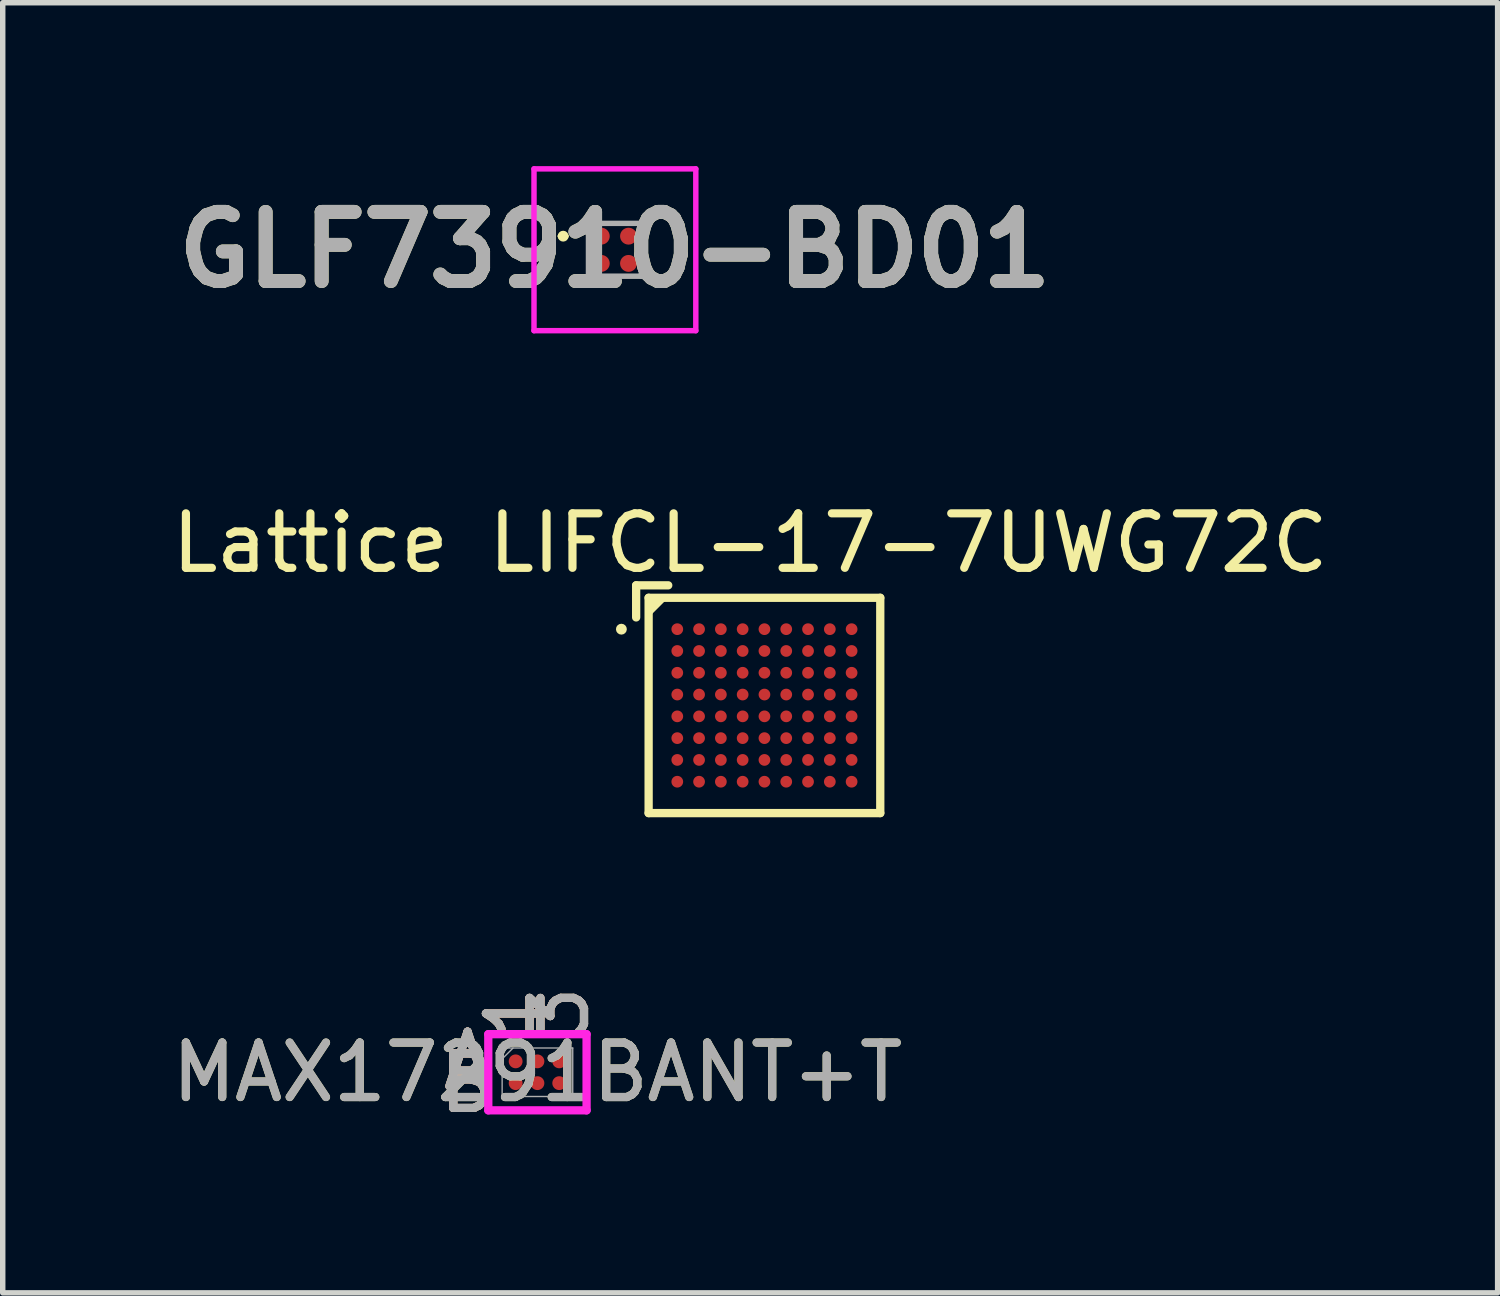
<source format=kicad_pcb>
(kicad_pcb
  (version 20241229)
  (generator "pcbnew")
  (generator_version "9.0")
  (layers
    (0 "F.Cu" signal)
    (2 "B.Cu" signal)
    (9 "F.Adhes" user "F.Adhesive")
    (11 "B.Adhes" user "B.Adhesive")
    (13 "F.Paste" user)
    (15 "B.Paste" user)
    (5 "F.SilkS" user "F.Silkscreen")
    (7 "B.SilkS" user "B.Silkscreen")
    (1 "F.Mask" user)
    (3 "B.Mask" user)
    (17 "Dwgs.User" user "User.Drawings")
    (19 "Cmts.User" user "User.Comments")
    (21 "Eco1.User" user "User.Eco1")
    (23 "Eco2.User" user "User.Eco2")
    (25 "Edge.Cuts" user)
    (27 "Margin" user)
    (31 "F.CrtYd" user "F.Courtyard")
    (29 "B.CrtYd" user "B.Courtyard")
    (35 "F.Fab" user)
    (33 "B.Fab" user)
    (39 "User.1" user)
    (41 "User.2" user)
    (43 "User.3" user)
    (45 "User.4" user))
  (footprint "MAX17291BANT+T"
    (layer "F.Cu")
    (at 6.815 16.632)
    (property "Reference" "MAX17291BANT+T" (at 0 0 0) (unlocked yes) (layer "F.SilkS") (effects (font (size 1 1) (thickness 0.15))))
    (attr smd)
    (fp_poly (pts (xy -1.044 -0.845) (xy 1.044 -0.845) (xy 1.044 0.845) (xy -1.044 0.845)) (stroke (width 0.1) (type solid)) (fill no) (layer "Eco2.User"))
    (fp_line (start -0.902 -0.699) (end 0.902 -0.699) (stroke (width 0.152) (type solid)) (layer "F.CrtYd"))
    (fp_line (start -0.902 0.699) (end -0.902 -0.699) (stroke (width 0.152) (type solid)) (layer "F.CrtYd"))
    (fp_line (start 0.902 -0.699) (end 0.902 0.699) (stroke (width 0.152) (type solid)) (layer "F.CrtYd"))
    (fp_line (start 0.902 0.699) (end -0.902 0.699) (stroke (width 0.152) (type solid)) (layer "F.CrtYd"))
    (fp_line (start -0.648 -0.445) (end -0.648 0.445) (stroke (width 0.025) (type solid)) (layer "F.Fab"))
    (fp_line (start -0.648 0.445) (end 0.648 0.445) (stroke (width 0.025) (type solid)) (layer "F.Fab"))
    (fp_line (start -0.448 -0.445) (end -0.648 -0.244) (stroke (width 0.025) (type solid)) (layer "F.Fab"))
    (fp_line (start 0.648 -0.445) (end -0.648 -0.445) (stroke (width 0.025) (type solid)) (layer "F.Fab"))
    (fp_line (start 0.648 0.445) (end 0.648 -0.445) (stroke (width 0.025) (type solid)) (layer "F.Fab"))
    (fp_text user "1" (at -0.4 -1.079 90) (unlocked yes) (layer "F.SilkS") (effects (font (size 1 1) (thickness 0.15))))
    (fp_text user "B" (at -1.283 0.2 0) (unlocked yes) (layer "F.SilkS") (effects (font (size 1 1) (thickness 0.15))))
    (fp_text user "A" (at -1.283 -0.2 0) (unlocked yes) (layer "F.SilkS") (effects (font (size 1 1) (thickness 0.15))))
    (fp_text user "3" (at 0.4 -1.079 90) (unlocked yes) (layer "F.SilkS") (effects (font (size 1 1) (thickness 0.15))))
    (fp_text user "B" (at -1.283 0.2 0) (unlocked yes) (layer "B.SilkS") (effects (font (size 1 1) (thickness 0.15))))
    (fp_text user "1" (at -0.4 -1.079 90) (unlocked yes) (layer "B.SilkS") (effects (font (size 1 1) (thickness 0.15))))
    (fp_text user "3" (at 0.4 -1.079 90) (unlocked yes) (layer "B.SilkS") (effects (font (size 1 1) (thickness 0.15))))
    (fp_text user "A" (at -1.283 -0.2 0) (unlocked yes) (layer "B.SilkS") (effects (font (size 1 1) (thickness 0.15))))
    (fp_text user "3" (at 0.4 -1.079 90) (unlocked yes) (layer "F.Fab") (effects (font (size 1 1) (thickness 0.15))))
    (fp_text user "B" (at -1.283 0.2 0) (unlocked yes) (layer "F.Fab") (effects (font (size 1 1) (thickness 0.15))))
    (fp_text user "A" (at -1.283 -0.2 0) (unlocked yes) (layer "F.Fab") (effects (font (size 1 1) (thickness 0.15))))
    (fp_text user "1" (at -0.4 -1.079 90) (unlocked yes) (layer "F.Fab") (effects (font (size 1 1) (thickness 0.15))))
    (fp_text user "${REFERENCE}" (at 0 0 0) (unlocked yes) (layer "F.Fab") (effects (font (size 1 1) (thickness 0.15))))
    (pad "A1" smd circle (at -0.4 -0.2) (size 0.254 0.254) (layers "F.Cu" "F.Mask" "F.Paste"))
    (pad "A2" smd circle (at 0 -0.2) (size 0.254 0.254) (layers "F.Cu" "F.Mask" "F.Paste"))
    (pad "A3" smd circle (at 0.4 -0.2) (size 0.254 0.254) (layers "F.Cu" "F.Mask" "F.Paste"))
    (pad "B1" smd circle (at -0.4 0.2) (size 0.254 0.254) (layers "F.Cu" "F.Mask" "F.Paste"))
    (pad "B2" smd circle (at 0 0.2) (size 0.254 0.254) (layers "F.Cu" "F.Mask" "F.Paste"))
    (pad "B3" smd circle (at 0.4 0.2) (size 0.254 0.254) (layers "F.Cu" "F.Mask" "F.Paste")))
  (footprint "GLF73910-BD01"
    (layer "F.Cu")
    (at 8.237 1.535)
    (property "Reference" "GLF73910-BD01" (at 0 0 0) (layer "F.SilkS") (effects (font (size 1.27 1.27) (thickness 0.254))))
    (attr smd)
    (fp_line (start -1 -0.25) (end -1 -0.25) (stroke (width 0.1) (type solid)) (layer "F.SilkS"))
    (fp_line (start -0.9 -0.25) (end -0.9 -0.25) (stroke (width 0.1) (type solid)) (layer "F.SilkS"))
    (fp_arc (start -1 -0.25) (mid -0.95 -0.3) (end -0.9 -0.25) (stroke (width 0.1) (type solid)) (layer "F.SilkS"))
    (fp_arc (start -0.9 -0.25) (mid -0.95 -0.2) (end -1 -0.25) (stroke (width 0.1) (type solid)) (layer "F.SilkS"))
    (fp_line (start -1.485 -1.485) (end 1.485 -1.485) (stroke (width 0.1) (type solid)) (layer "F.CrtYd"))
    (fp_line (start -1.485 1.485) (end -1.485 -1.485) (stroke (width 0.1) (type solid)) (layer "F.CrtYd"))
    (fp_line (start 1.485 -1.485) (end 1.485 1.485) (stroke (width 0.1) (type solid)) (layer "F.CrtYd"))
    (fp_line (start 1.485 1.485) (end -1.485 1.485) (stroke (width 0.1) (type solid)) (layer "F.CrtYd"))
    (fp_line (start -0.485 -0.485) (end 0.485 -0.485) (stroke (width 0.1) (type solid)) (layer "F.Fab"))
    (fp_line (start -0.485 0.485) (end -0.485 -0.485) (stroke (width 0.1) (type solid)) (layer "F.Fab"))
    (fp_line (start 0.485 -0.485) (end 0.485 0.485) (stroke (width 0.1) (type solid)) (layer "F.Fab"))
    (fp_line (start 0.485 0.485) (end -0.485 0.485) (stroke (width 0.1) (type solid)) (layer "F.Fab"))
    (fp_text user "${REFERENCE}" (at 0 0 0) (layer "F.Fab") (effects (font (size 1.27 1.27) (thickness 0.254))))
    (pad "A1" smd circle (at -0.25 -0.25 90) (size 0.31 0.31) (layers "F.Cu" "F.Mask" "F.Paste"))
    (pad "A2" smd circle (at 0.25 -0.25 90) (size 0.31 0.31) (layers "F.Cu" "F.Mask" "F.Paste"))
    (pad "B1" smd circle (at -0.25 0.25 90) (size 0.31 0.31) (layers "F.Cu" "F.Mask" "F.Paste"))
    (pad "B2" smd circle (at 0.25 0.25 90) (size 0.31 0.31) (layers "F.Cu" "F.Mask" "F.Paste")))
  (footprint "Lattice LIFCL-17-7UWG72C"
    (layer "F.Cu")
    (at 10.982 9.899)
    (property "Reference" "Lattice LIFCL-17-7UWG72C" (at -0.262 -2.981 0) (unlocked yes) (layer "F.SilkS") (effects (font (size 1 1) (thickness 0.15))))
    (fp_line (start -2.355 -2.205) (end -1.766 -2.205) (stroke (width 0.152) (type default)) (layer "F.SilkS"))
    (fp_line (start -2.355 -1.616) (end -2.355 -2.205) (stroke (width 0.152) (type default)) (layer "F.SilkS"))
    (fp_line (start -2.126 -1.976) (end 2.126 -1.976) (stroke (width 0.152) (type default)) (layer "F.SilkS"))
    (fp_line (start -2.126 1.976) (end -2.126 -1.976) (stroke (width 0.152) (type default)) (layer "F.SilkS"))
    (fp_line (start 2.126 -1.976) (end 2.126 1.976) (stroke (width 0.152) (type default)) (layer "F.SilkS"))
    (fp_line (start 2.126 1.976) (end -2.126 1.976) (stroke (width 0.152) (type default)) (layer "F.SilkS"))
    (fp_circle (center -2.626 -1.4) (end -2.576 -1.4) (stroke (width 0.1) (type default)) (fill no) (layer "F.SilkS"))
    (fp_poly (pts (xy -2.126 -1.976) (xy -1.766 -1.976) (xy -2.126 -1.616)) (stroke (width 0) (type default)) (fill yes) (layer "F.SilkS"))
    (pad "A1" smd circle (at -1.6 -1.4) (size 0.215 0.215) (layers "F.Cu" "F.Mask" "F.Paste"))
    (pad "A2" smd circle (at -1.2 -1.4) (size 0.215 0.215) (layers "F.Cu" "F.Mask" "F.Paste"))
    (pad "A3" smd circle (at -0.8 -1.4) (size 0.215 0.215) (layers "F.Cu" "F.Mask" "F.Paste"))
    (pad "A4" smd circle (at -0.4 -1.4) (size 0.215 0.215) (layers "F.Cu" "F.Mask" "F.Paste"))
    (pad "A5" smd circle (at 0 -1.4) (size 0.215 0.215) (layers "F.Cu" "F.Mask" "F.Paste"))
    (pad "A6" smd circle (at 0.4 -1.4) (size 0.215 0.215) (layers "F.Cu" "F.Mask" "F.Paste"))
    (pad "A7" smd circle (at 0.8 -1.4) (size 0.215 0.215) (layers "F.Cu" "F.Mask" "F.Paste"))
    (pad "A8" smd circle (at 1.2 -1.4) (size 0.215 0.215) (layers "F.Cu" "F.Mask" "F.Paste"))
    (pad "A9" smd circle (at 1.6 -1.4) (size 0.215 0.215) (layers "F.Cu" "F.Mask" "F.Paste"))
    (pad "B1" smd circle (at -1.6 -1) (size 0.215 0.215) (layers "F.Cu" "F.Mask" "F.Paste"))
    (pad "B2" smd circle (at -1.2 -1) (size 0.215 0.215) (layers "F.Cu" "F.Mask" "F.Paste"))
    (pad "B3" smd circle (at -0.8 -1) (size 0.215 0.215) (layers "F.Cu" "F.Mask" "F.Paste"))
    (pad "B4" smd circle (at -0.4 -1) (size 0.215 0.215) (layers "F.Cu" "F.Mask" "F.Paste"))
    (pad "B5" smd circle (at 0 -1) (size 0.215 0.215) (layers "F.Cu" "F.Mask" "F.Paste"))
    (pad "B6" smd circle (at 0.4 -1) (size 0.215 0.215) (layers "F.Cu" "F.Mask" "F.Paste"))
    (pad "B7" smd circle (at 0.8 -1) (size 0.215 0.215) (layers "F.Cu" "F.Mask" "F.Paste"))
    (pad "B8" smd circle (at 1.2 -1) (size 0.215 0.215) (layers "F.Cu" "F.Mask" "F.Paste"))
    (pad "B9" smd circle (at 1.6 -1) (size 0.215 0.215) (layers "F.Cu" "F.Mask" "F.Paste"))
    (pad "C1" smd circle (at -1.6 -0.6) (size 0.215 0.215) (layers "F.Cu" "F.Mask" "F.Paste"))
    (pad "C2" smd circle (at -1.2 -0.6) (size 0.215 0.215) (layers "F.Cu" "F.Mask" "F.Paste"))
    (pad "C3" smd circle (at -0.8 -0.6) (size 0.215 0.215) (layers "F.Cu" "F.Mask" "F.Paste"))
    (pad "C4" smd circle (at -0.4 -0.6) (size 0.215 0.215) (layers "F.Cu" "F.Mask" "F.Paste"))
    (pad "C5" smd circle (at 0 -0.6) (size 0.215 0.215) (layers "F.Cu" "F.Mask" "F.Paste"))
    (pad "C6" smd circle (at 0.4 -0.6) (size 0.215 0.215) (layers "F.Cu" "F.Mask" "F.Paste"))
    (pad "C7" smd circle (at 0.8 -0.6) (size 0.215 0.215) (layers "F.Cu" "F.Mask" "F.Paste"))
    (pad "C8" smd circle (at 1.2 -0.6) (size 0.215 0.215) (layers "F.Cu" "F.Mask" "F.Paste"))
    (pad "C9" smd circle (at 1.6 -0.6) (size 0.215 0.215) (layers "F.Cu" "F.Mask" "F.Paste"))
    (pad "D1" smd circle (at -1.6 -0.2) (size 0.215 0.215) (layers "F.Cu" "F.Mask" "F.Paste"))
    (pad "D2" smd circle (at -1.2 -0.2) (size 0.215 0.215) (layers "F.Cu" "F.Mask" "F.Paste"))
    (pad "D3" smd circle (at -0.8 -0.2) (size 0.215 0.215) (layers "F.Cu" "F.Mask" "F.Paste"))
    (pad "D4" smd circle (at -0.4 -0.2) (size 0.215 0.215) (layers "F.Cu" "F.Mask" "F.Paste"))
    (pad "D5" smd circle (at 0 -0.2) (size 0.215 0.215) (layers "F.Cu" "F.Mask" "F.Paste"))
    (pad "D6" smd circle (at 0.4 -0.2) (size 0.215 0.215) (layers "F.Cu" "F.Mask" "F.Paste"))
    (pad "D7" smd circle (at 0.8 -0.2) (size 0.215 0.215) (layers "F.Cu" "F.Mask" "F.Paste"))
    (pad "D8" smd circle (at 1.2 -0.2) (size 0.215 0.215) (layers "F.Cu" "F.Mask" "F.Paste"))
    (pad "D9" smd circle (at 1.6 -0.2) (size 0.215 0.215) (layers "F.Cu" "F.Mask" "F.Paste"))
    (pad "E1" smd circle (at -1.6 0.2) (size 0.215 0.215) (layers "F.Cu" "F.Mask" "F.Paste"))
    (pad "E2" smd circle (at -1.2 0.2) (size 0.215 0.215) (layers "F.Cu" "F.Mask" "F.Paste"))
    (pad "E3" smd circle (at -0.8 0.2) (size 0.215 0.215) (layers "F.Cu" "F.Mask" "F.Paste"))
    (pad "E4" smd circle (at -0.4 0.2) (size 0.215 0.215) (layers "F.Cu" "F.Mask" "F.Paste"))
    (pad "E5" smd circle (at 0 0.2) (size 0.215 0.215) (layers "F.Cu" "F.Mask" "F.Paste"))
    (pad "E6" smd circle (at 0.4 0.2) (size 0.215 0.215) (layers "F.Cu" "F.Mask" "F.Paste"))
    (pad "E7" smd circle (at 0.8 0.2) (size 0.215 0.215) (layers "F.Cu" "F.Mask" "F.Paste"))
    (pad "E8" smd circle (at 1.2 0.2) (size 0.215 0.215) (layers "F.Cu" "F.Mask" "F.Paste"))
    (pad "E9" smd circle (at 1.6 0.2) (size 0.215 0.215) (layers "F.Cu" "F.Mask" "F.Paste"))
    (pad "F1" smd circle (at -1.6 0.6) (size 0.215 0.215) (layers "F.Cu" "F.Mask" "F.Paste"))
    (pad "F2" smd circle (at -1.2 0.6) (size 0.215 0.215) (layers "F.Cu" "F.Mask" "F.Paste"))
    (pad "F3" smd circle (at -0.8 0.6) (size 0.215 0.215) (layers "F.Cu" "F.Mask" "F.Paste"))
    (pad "F4" smd circle (at -0.4 0.6) (size 0.215 0.215) (layers "F.Cu" "F.Mask" "F.Paste"))
    (pad "F5" smd circle (at 0 0.6) (size 0.215 0.215) (layers "F.Cu" "F.Mask" "F.Paste"))
    (pad "F6" smd circle (at 0.4 0.6) (size 0.215 0.215) (layers "F.Cu" "F.Mask" "F.Paste"))
    (pad "F7" smd circle (at 0.8 0.6) (size 0.215 0.215) (layers "F.Cu" "F.Mask" "F.Paste"))
    (pad "F8" smd circle (at 1.2 0.6) (size 0.215 0.215) (layers "F.Cu" "F.Mask" "F.Paste"))
    (pad "F9" smd circle (at 1.6 0.6) (size 0.215 0.215) (layers "F.Cu" "F.Mask" "F.Paste"))
    (pad "G1" smd circle (at -1.6 1) (size 0.215 0.215) (layers "F.Cu" "F.Mask" "F.Paste"))
    (pad "G2" smd circle (at -1.2 1) (size 0.215 0.215) (layers "F.Cu" "F.Mask" "F.Paste"))
    (pad "G3" smd circle (at -0.8 1) (size 0.215 0.215) (layers "F.Cu" "F.Mask" "F.Paste"))
    (pad "G4" smd circle (at -0.4 1) (size 0.215 0.215) (layers "F.Cu" "F.Mask" "F.Paste"))
    (pad "G5" smd circle (at 0 1) (size 0.215 0.215) (layers "F.Cu" "F.Mask" "F.Paste"))
    (pad "G6" smd circle (at 0.4 1) (size 0.215 0.215) (layers "F.Cu" "F.Mask" "F.Paste"))
    (pad "G7" smd circle (at 0.8 1) (size 0.215 0.215) (layers "F.Cu" "F.Mask" "F.Paste"))
    (pad "G8" smd circle (at 1.2 1) (size 0.215 0.215) (layers "F.Cu" "F.Mask" "F.Paste"))
    (pad "G9" smd circle (at 1.6 1) (size 0.215 0.215) (layers "F.Cu" "F.Mask" "F.Paste"))
    (pad "H1" smd circle (at -1.6 1.4) (size 0.215 0.215) (layers "F.Cu" "F.Mask" "F.Paste"))
    (pad "H2" smd circle (at -1.2 1.4) (size 0.215 0.215) (layers "F.Cu" "F.Mask" "F.Paste"))
    (pad "H3" smd circle (at -0.8 1.4) (size 0.215 0.215) (layers "F.Cu" "F.Mask" "F.Paste"))
    (pad "H4" smd circle (at -0.4 1.4) (size 0.215 0.215) (layers "F.Cu" "F.Mask" "F.Paste"))
    (pad "H5" smd circle (at 0 1.4) (size 0.215 0.215) (layers "F.Cu" "F.Mask" "F.Paste"))
    (pad "H6" smd circle (at 0.4 1.4) (size 0.215 0.215) (layers "F.Cu" "F.Mask" "F.Paste"))
    (pad "H7" smd circle (at 0.8 1.4) (size 0.215 0.215) (layers "F.Cu" "F.Mask" "F.Paste"))
    (pad "H8" smd circle (at 1.2 1.4) (size 0.215 0.215) (layers "F.Cu" "F.Mask" "F.Paste"))
    (pad "H9" smd circle (at 1.6 1.4) (size 0.215 0.215) (layers "F.Cu" "F.Mask" "F.Paste")))
  (gr_rect
    (start -3 -3)
    (end 24.44 20.681)
    (stroke (width 0.1) (type default))
    (fill no)
    (layer "Edge.Cuts")))
</source>
